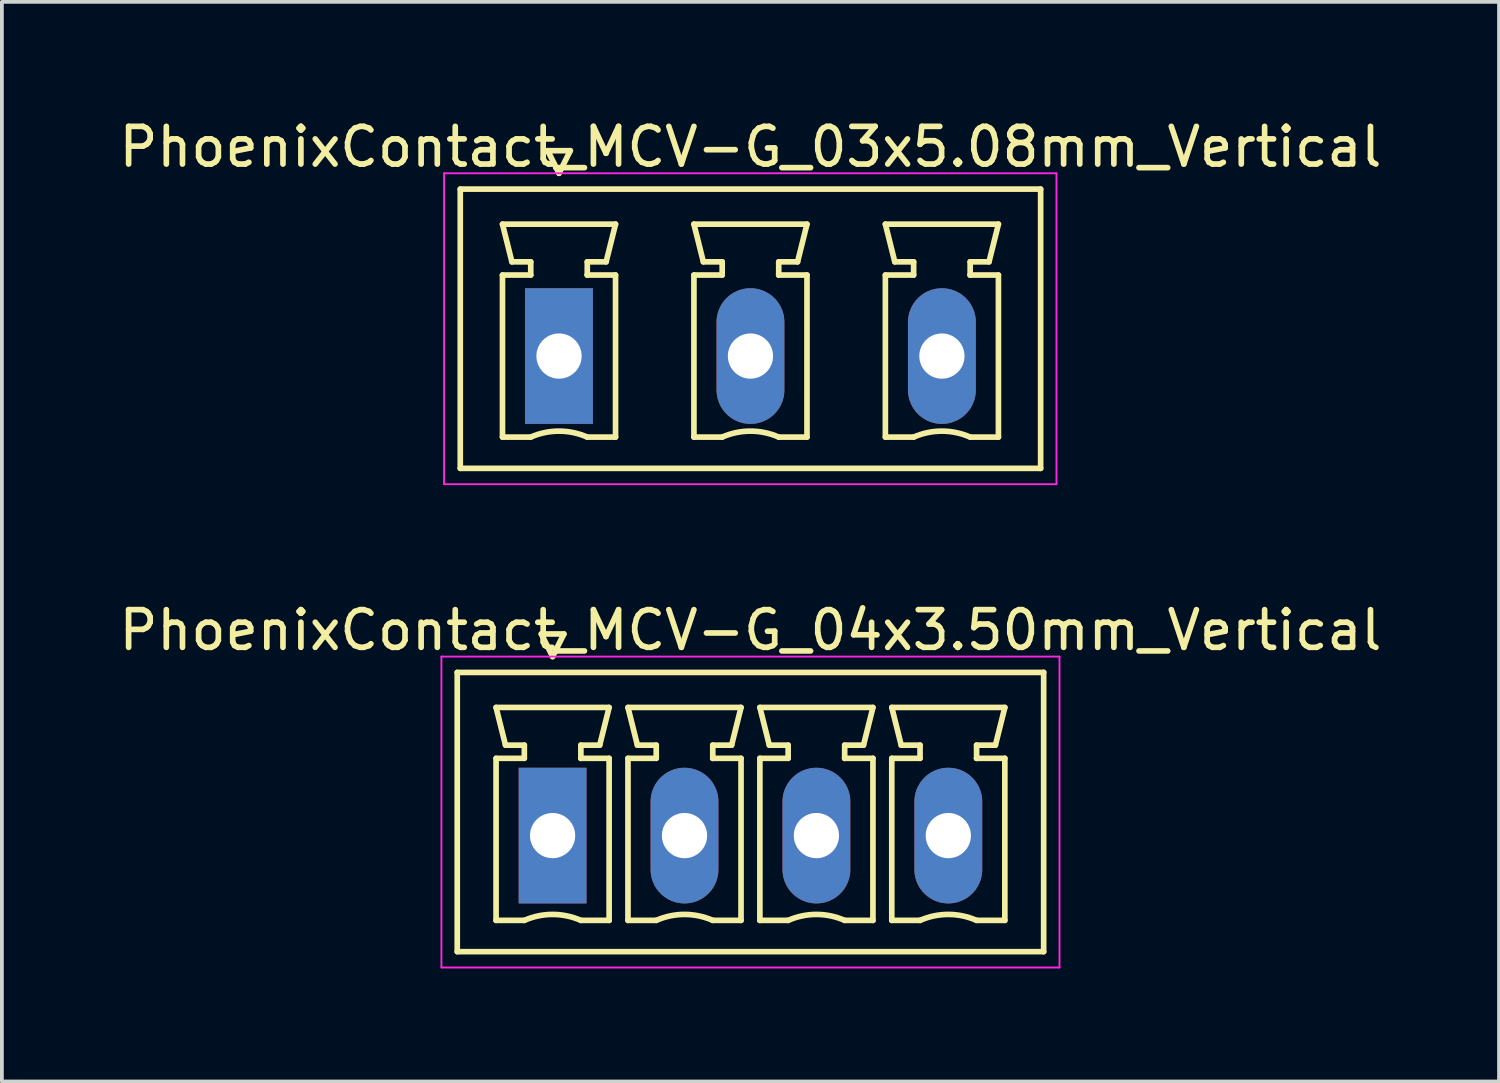
<source format=kicad_pcb>
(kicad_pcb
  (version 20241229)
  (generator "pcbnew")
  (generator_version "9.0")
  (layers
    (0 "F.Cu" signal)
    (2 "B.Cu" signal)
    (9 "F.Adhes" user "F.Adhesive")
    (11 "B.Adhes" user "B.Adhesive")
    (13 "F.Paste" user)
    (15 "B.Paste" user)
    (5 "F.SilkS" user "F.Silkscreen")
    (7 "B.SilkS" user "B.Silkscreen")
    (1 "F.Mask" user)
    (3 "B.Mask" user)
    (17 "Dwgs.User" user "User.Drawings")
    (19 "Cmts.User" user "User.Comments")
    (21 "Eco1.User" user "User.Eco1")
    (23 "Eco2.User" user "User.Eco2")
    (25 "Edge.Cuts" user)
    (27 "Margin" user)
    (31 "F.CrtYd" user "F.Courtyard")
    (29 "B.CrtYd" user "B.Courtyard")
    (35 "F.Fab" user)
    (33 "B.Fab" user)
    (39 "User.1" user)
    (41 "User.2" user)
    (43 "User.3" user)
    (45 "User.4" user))
  (footprint "PhoenixContact_MCV-G_04x3.50mm_Vertical"
    (layer "F.Cu")
    (at 11.613 19.122)
    (property "Reference" "PhoenixContact_MCV-G_04x3.50mm_Vertical" (at 5.25 -5.45 0) (layer "F.SilkS") (effects (font (size 1 1) (thickness 0.15))))
    (attr through_hole)
    (fp_line (start -2.53 -4.33) (end -2.53 3.08) (stroke (width 0.15) (type solid)) (layer "F.SilkS"))
    (fp_line (start -2.53 3.08) (end 13.03 3.08) (stroke (width 0.15) (type solid)) (layer "F.SilkS"))
    (fp_line (start -1.5 -3.4) (end 1.5 -3.4) (stroke (width 0.15) (type solid)) (layer "F.SilkS"))
    (fp_line (start -1.5 -2.05) (end -0.75 -2.05) (stroke (width 0.15) (type solid)) (layer "F.SilkS"))
    (fp_line (start -1.5 2.25) (end -1.5 -2.05) (stroke (width 0.15) (type solid)) (layer "F.SilkS"))
    (fp_line (start -1.25 -2.4) (end -1.5 -3.4) (stroke (width 0.15) (type solid)) (layer "F.SilkS"))
    (fp_line (start -0.75 -2.4) (end -1.25 -2.4) (stroke (width 0.15) (type solid)) (layer "F.SilkS"))
    (fp_line (start -0.75 -2.05) (end -0.75 -2.4) (stroke (width 0.15) (type solid)) (layer "F.SilkS"))
    (fp_line (start -0.75 2.25) (end -1.5 2.25) (stroke (width 0.15) (type solid)) (layer "F.SilkS"))
    (fp_line (start -0.3 -5.35) (end 0 -4.75) (stroke (width 0.15) (type solid)) (layer "F.SilkS"))
    (fp_line (start 0 -4.75) (end 0.3 -5.35) (stroke (width 0.15) (type solid)) (layer "F.SilkS"))
    (fp_line (start 0.3 -5.35) (end -0.3 -5.35) (stroke (width 0.15) (type solid)) (layer "F.SilkS"))
    (fp_line (start 0.75 -2.4) (end 0.75 -2.05) (stroke (width 0.15) (type solid)) (layer "F.SilkS"))
    (fp_line (start 0.75 -2.05) (end 0.75 -2.05) (stroke (width 0.15) (type solid)) (layer "F.SilkS"))
    (fp_line (start 0.75 -2.05) (end 1.5 -2.05) (stroke (width 0.15) (type solid)) (layer "F.SilkS"))
    (fp_line (start 1.25 -2.4) (end 0.75 -2.4) (stroke (width 0.15) (type solid)) (layer "F.SilkS"))
    (fp_line (start 1.5 -3.4) (end 1.25 -2.4) (stroke (width 0.15) (type solid)) (layer "F.SilkS"))
    (fp_line (start 1.5 -2.05) (end 1.5 2.25) (stroke (width 0.15) (type solid)) (layer "F.SilkS"))
    (fp_line (start 1.5 2.25) (end 0.75 2.25) (stroke (width 0.15) (type solid)) (layer "F.SilkS"))
    (fp_line (start 2 -3.4) (end 5 -3.4) (stroke (width 0.15) (type solid)) (layer "F.SilkS"))
    (fp_line (start 2 -2.05) (end 2.75 -2.05) (stroke (width 0.15) (type solid)) (layer "F.SilkS"))
    (fp_line (start 2 2.25) (end 2 -2.05) (stroke (width 0.15) (type solid)) (layer "F.SilkS"))
    (fp_line (start 2.25 -2.4) (end 2 -3.4) (stroke (width 0.15) (type solid)) (layer "F.SilkS"))
    (fp_line (start 2.75 -2.4) (end 2.25 -2.4) (stroke (width 0.15) (type solid)) (layer "F.SilkS"))
    (fp_line (start 2.75 -2.05) (end 2.75 -2.4) (stroke (width 0.15) (type solid)) (layer "F.SilkS"))
    (fp_line (start 2.75 2.25) (end 2 2.25) (stroke (width 0.15) (type solid)) (layer "F.SilkS"))
    (fp_line (start 4.25 -2.4) (end 4.25 -2.05) (stroke (width 0.15) (type solid)) (layer "F.SilkS"))
    (fp_line (start 4.25 -2.05) (end 4.25 -2.05) (stroke (width 0.15) (type solid)) (layer "F.SilkS"))
    (fp_line (start 4.25 -2.05) (end 5 -2.05) (stroke (width 0.15) (type solid)) (layer "F.SilkS"))
    (fp_line (start 4.75 -2.4) (end 4.25 -2.4) (stroke (width 0.15) (type solid)) (layer "F.SilkS"))
    (fp_line (start 5 -3.4) (end 4.75 -2.4) (stroke (width 0.15) (type solid)) (layer "F.SilkS"))
    (fp_line (start 5 -2.05) (end 5 2.25) (stroke (width 0.15) (type solid)) (layer "F.SilkS"))
    (fp_line (start 5 2.25) (end 4.25 2.25) (stroke (width 0.15) (type solid)) (layer "F.SilkS"))
    (fp_line (start 5.5 -3.4) (end 8.5 -3.4) (stroke (width 0.15) (type solid)) (layer "F.SilkS"))
    (fp_line (start 5.5 -2.05) (end 6.25 -2.05) (stroke (width 0.15) (type solid)) (layer "F.SilkS"))
    (fp_line (start 5.5 2.25) (end 5.5 -2.05) (stroke (width 0.15) (type solid)) (layer "F.SilkS"))
    (fp_line (start 5.75 -2.4) (end 5.5 -3.4) (stroke (width 0.15) (type solid)) (layer "F.SilkS"))
    (fp_line (start 6.25 -2.4) (end 5.75 -2.4) (stroke (width 0.15) (type solid)) (layer "F.SilkS"))
    (fp_line (start 6.25 -2.05) (end 6.25 -2.4) (stroke (width 0.15) (type solid)) (layer "F.SilkS"))
    (fp_line (start 6.25 2.25) (end 5.5 2.25) (stroke (width 0.15) (type solid)) (layer "F.SilkS"))
    (fp_line (start 7.75 -2.4) (end 7.75 -2.05) (stroke (width 0.15) (type solid)) (layer "F.SilkS"))
    (fp_line (start 7.75 -2.05) (end 7.75 -2.05) (stroke (width 0.15) (type solid)) (layer "F.SilkS"))
    (fp_line (start 7.75 -2.05) (end 8.5 -2.05) (stroke (width 0.15) (type solid)) (layer "F.SilkS"))
    (fp_line (start 8.25 -2.4) (end 7.75 -2.4) (stroke (width 0.15) (type solid)) (layer "F.SilkS"))
    (fp_line (start 8.5 -3.4) (end 8.25 -2.4) (stroke (width 0.15) (type solid)) (layer "F.SilkS"))
    (fp_line (start 8.5 -2.05) (end 8.5 2.25) (stroke (width 0.15) (type solid)) (layer "F.SilkS"))
    (fp_line (start 8.5 2.25) (end 7.75 2.25) (stroke (width 0.15) (type solid)) (layer "F.SilkS"))
    (fp_line (start 9 -3.4) (end 12 -3.4) (stroke (width 0.15) (type solid)) (layer "F.SilkS"))
    (fp_line (start 9 -2.05) (end 9.75 -2.05) (stroke (width 0.15) (type solid)) (layer "F.SilkS"))
    (fp_line (start 9 2.25) (end 9 -2.05) (stroke (width 0.15) (type solid)) (layer "F.SilkS"))
    (fp_line (start 9.25 -2.4) (end 9 -3.4) (stroke (width 0.15) (type solid)) (layer "F.SilkS"))
    (fp_line (start 9.75 -2.4) (end 9.25 -2.4) (stroke (width 0.15) (type solid)) (layer "F.SilkS"))
    (fp_line (start 9.75 -2.05) (end 9.75 -2.4) (stroke (width 0.15) (type solid)) (layer "F.SilkS"))
    (fp_line (start 9.75 2.25) (end 9 2.25) (stroke (width 0.15) (type solid)) (layer "F.SilkS"))
    (fp_line (start 11.25 -2.4) (end 11.25 -2.05) (stroke (width 0.15) (type solid)) (layer "F.SilkS"))
    (fp_line (start 11.25 -2.05) (end 11.25 -2.05) (stroke (width 0.15) (type solid)) (layer "F.SilkS"))
    (fp_line (start 11.25 -2.05) (end 12 -2.05) (stroke (width 0.15) (type solid)) (layer "F.SilkS"))
    (fp_line (start 11.75 -2.4) (end 11.25 -2.4) (stroke (width 0.15) (type solid)) (layer "F.SilkS"))
    (fp_line (start 12 -3.4) (end 11.75 -2.4) (stroke (width 0.15) (type solid)) (layer "F.SilkS"))
    (fp_line (start 12 -2.05) (end 12 2.25) (stroke (width 0.15) (type solid)) (layer "F.SilkS"))
    (fp_line (start 12 2.25) (end 11.25 2.25) (stroke (width 0.15) (type solid)) (layer "F.SilkS"))
    (fp_line (start 13.03 -4.33) (end -2.53 -4.33) (stroke (width 0.15) (type solid)) (layer "F.SilkS"))
    (fp_line (start 13.03 3.08) (end 13.03 -4.33) (stroke (width 0.15) (type solid)) (layer "F.SilkS"))
    (fp_arc (start -0.75 2.25) (mid -0.000193 2.09191) (end 0.749647 2.249844) (stroke (width 0.15) (type solid)) (layer "F.SilkS"))
    (fp_arc (start 2.75 2.25) (mid 3.499807 2.09191) (end 4.249647 2.249844) (stroke (width 0.15) (type solid)) (layer "F.SilkS"))
    (fp_arc (start 6.25 2.25) (mid 6.999807 2.09191) (end 7.749647 2.249844) (stroke (width 0.15) (type solid)) (layer "F.SilkS"))
    (fp_arc (start 9.75 2.25) (mid 10.499807 2.09191) (end 11.249647 2.249844) (stroke (width 0.15) (type solid)) (layer "F.SilkS"))
    (fp_line (start -2.95 -4.75) (end -2.95 3.5) (stroke (width 0.05) (type solid)) (layer "F.CrtYd"))
    (fp_line (start -2.95 3.5) (end 13.45 3.5) (stroke (width 0.05) (type solid)) (layer "F.CrtYd"))
    (fp_line (start 13.45 -4.75) (end -2.95 -4.75) (stroke (width 0.05) (type solid)) (layer "F.CrtYd"))
    (fp_line (start 13.45 3.5) (end 13.45 -4.75) (stroke (width 0.05) (type solid)) (layer "F.CrtYd"))
    (pad "1" thru_hole rect (at 0 0) (size 1.8 3.6) (drill 1.2) (layers "*.Cu" "*.Mask"))
    (pad "2" thru_hole oval (at 3.5 0) (size 1.8 3.6) (drill 1.2) (layers "*.Cu" "*.Mask"))
    (pad "3" thru_hole oval (at 7 0) (size 1.8 3.6) (drill 1.2) (layers "*.Cu" "*.Mask"))
    (pad "4" thru_hole oval (at 10.5 0) (size 1.8 3.6) (drill 1.2) (layers "*.Cu" "*.Mask")))
  (footprint "PhoenixContact_MCV-G_03x5.08mm_Vertical"
    (layer "F.Cu")
    (at 11.783 6.398)
    (property "Reference" "PhoenixContact_MCV-G_03x5.08mm_Vertical" (at 5.08 -5.55 0) (layer "F.SilkS") (effects (font (size 1 1) (thickness 0.15))))
    (attr through_hole)
    (fp_line (start -2.62 -4.43) (end -2.62 2.98) (stroke (width 0.15) (type solid)) (layer "F.SilkS"))
    (fp_line (start -2.62 2.98) (end 12.78 2.98) (stroke (width 0.15) (type solid)) (layer "F.SilkS"))
    (fp_line (start -1.5 -3.5) (end 1.5 -3.5) (stroke (width 0.15) (type solid)) (layer "F.SilkS"))
    (fp_line (start -1.5 -2.15) (end -0.75 -2.15) (stroke (width 0.15) (type solid)) (layer "F.SilkS"))
    (fp_line (start -1.5 2.15) (end -1.5 -2.15) (stroke (width 0.15) (type solid)) (layer "F.SilkS"))
    (fp_line (start -1.25 -2.5) (end -1.5 -3.5) (stroke (width 0.15) (type solid)) (layer "F.SilkS"))
    (fp_line (start -0.75 -2.5) (end -1.25 -2.5) (stroke (width 0.15) (type solid)) (layer "F.SilkS"))
    (fp_line (start -0.75 -2.15) (end -0.75 -2.5) (stroke (width 0.15) (type solid)) (layer "F.SilkS"))
    (fp_line (start -0.75 2.15) (end -1.5 2.15) (stroke (width 0.15) (type solid)) (layer "F.SilkS"))
    (fp_line (start -0.3 -5.45) (end 0 -4.85) (stroke (width 0.15) (type solid)) (layer "F.SilkS"))
    (fp_line (start 0 -4.85) (end 0.3 -5.45) (stroke (width 0.15) (type solid)) (layer "F.SilkS"))
    (fp_line (start 0.3 -5.45) (end -0.3 -5.45) (stroke (width 0.15) (type solid)) (layer "F.SilkS"))
    (fp_line (start 0.75 -2.5) (end 0.75 -2.15) (stroke (width 0.15) (type solid)) (layer "F.SilkS"))
    (fp_line (start 0.75 -2.15) (end 0.75 -2.15) (stroke (width 0.15) (type solid)) (layer "F.SilkS"))
    (fp_line (start 0.75 -2.15) (end 1.5 -2.15) (stroke (width 0.15) (type solid)) (layer "F.SilkS"))
    (fp_line (start 1.25 -2.5) (end 0.75 -2.5) (stroke (width 0.15) (type solid)) (layer "F.SilkS"))
    (fp_line (start 1.5 -3.5) (end 1.25 -2.5) (stroke (width 0.15) (type solid)) (layer "F.SilkS"))
    (fp_line (start 1.5 -2.15) (end 1.5 2.15) (stroke (width 0.15) (type solid)) (layer "F.SilkS"))
    (fp_line (start 1.5 2.15) (end 0.75 2.15) (stroke (width 0.15) (type solid)) (layer "F.SilkS"))
    (fp_line (start 3.58 -3.5) (end 6.58 -3.5) (stroke (width 0.15) (type solid)) (layer "F.SilkS"))
    (fp_line (start 3.58 -2.15) (end 4.33 -2.15) (stroke (width 0.15) (type solid)) (layer "F.SilkS"))
    (fp_line (start 3.58 2.15) (end 3.58 -2.15) (stroke (width 0.15) (type solid)) (layer "F.SilkS"))
    (fp_line (start 3.83 -2.5) (end 3.58 -3.5) (stroke (width 0.15) (type solid)) (layer "F.SilkS"))
    (fp_line (start 4.33 -2.5) (end 3.83 -2.5) (stroke (width 0.15) (type solid)) (layer "F.SilkS"))
    (fp_line (start 4.33 -2.15) (end 4.33 -2.5) (stroke (width 0.15) (type solid)) (layer "F.SilkS"))
    (fp_line (start 4.33 2.15) (end 3.58 2.15) (stroke (width 0.15) (type solid)) (layer "F.SilkS"))
    (fp_line (start 5.83 -2.5) (end 5.83 -2.15) (stroke (width 0.15) (type solid)) (layer "F.SilkS"))
    (fp_line (start 5.83 -2.15) (end 5.83 -2.15) (stroke (width 0.15) (type solid)) (layer "F.SilkS"))
    (fp_line (start 5.83 -2.15) (end 6.58 -2.15) (stroke (width 0.15) (type solid)) (layer "F.SilkS"))
    (fp_line (start 6.33 -2.5) (end 5.83 -2.5) (stroke (width 0.15) (type solid)) (layer "F.SilkS"))
    (fp_line (start 6.58 -3.5) (end 6.33 -2.5) (stroke (width 0.15) (type solid)) (layer "F.SilkS"))
    (fp_line (start 6.58 -2.15) (end 6.58 2.15) (stroke (width 0.15) (type solid)) (layer "F.SilkS"))
    (fp_line (start 6.58 2.15) (end 5.83 2.15) (stroke (width 0.15) (type solid)) (layer "F.SilkS"))
    (fp_line (start 8.66 -3.5) (end 11.66 -3.5) (stroke (width 0.15) (type solid)) (layer "F.SilkS"))
    (fp_line (start 8.66 -2.15) (end 9.41 -2.15) (stroke (width 0.15) (type solid)) (layer "F.SilkS"))
    (fp_line (start 8.66 2.15) (end 8.66 -2.15) (stroke (width 0.15) (type solid)) (layer "F.SilkS"))
    (fp_line (start 8.91 -2.5) (end 8.66 -3.5) (stroke (width 0.15) (type solid)) (layer "F.SilkS"))
    (fp_line (start 9.41 -2.5) (end 8.91 -2.5) (stroke (width 0.15) (type solid)) (layer "F.SilkS"))
    (fp_line (start 9.41 -2.15) (end 9.41 -2.5) (stroke (width 0.15) (type solid)) (layer "F.SilkS"))
    (fp_line (start 9.41 2.15) (end 8.66 2.15) (stroke (width 0.15) (type solid)) (layer "F.SilkS"))
    (fp_line (start 10.91 -2.5) (end 10.91 -2.15) (stroke (width 0.15) (type solid)) (layer "F.SilkS"))
    (fp_line (start 10.91 -2.15) (end 10.91 -2.15) (stroke (width 0.15) (type solid)) (layer "F.SilkS"))
    (fp_line (start 10.91 -2.15) (end 11.66 -2.15) (stroke (width 0.15) (type solid)) (layer "F.SilkS"))
    (fp_line (start 11.41 -2.5) (end 10.91 -2.5) (stroke (width 0.15) (type solid)) (layer "F.SilkS"))
    (fp_line (start 11.66 -3.5) (end 11.41 -2.5) (stroke (width 0.15) (type solid)) (layer "F.SilkS"))
    (fp_line (start 11.66 -2.15) (end 11.66 2.15) (stroke (width 0.15) (type solid)) (layer "F.SilkS"))
    (fp_line (start 11.66 2.15) (end 10.91 2.15) (stroke (width 0.15) (type solid)) (layer "F.SilkS"))
    (fp_line (start 12.78 -4.43) (end -2.62 -4.43) (stroke (width 0.15) (type solid)) (layer "F.SilkS"))
    (fp_line (start 12.78 2.98) (end 12.78 -4.43) (stroke (width 0.15) (type solid)) (layer "F.SilkS"))
    (fp_arc (start -0.75 2.15) (mid -0.000193 1.99191) (end 0.749647 2.149844) (stroke (width 0.15) (type solid)) (layer "F.SilkS"))
    (fp_arc (start 4.33 2.15) (mid 5.079807 1.99191) (end 5.829647 2.149844) (stroke (width 0.15) (type solid)) (layer "F.SilkS"))
    (fp_arc (start 9.41 2.15) (mid 10.159807 1.99191) (end 10.909647 2.149844) (stroke (width 0.15) (type solid)) (layer "F.SilkS"))
    (fp_line (start -3.05 -4.85) (end -3.05 3.4) (stroke (width 0.05) (type solid)) (layer "F.CrtYd"))
    (fp_line (start -3.05 3.4) (end 13.2 3.4) (stroke (width 0.05) (type solid)) (layer "F.CrtYd"))
    (fp_line (start 13.2 -4.85) (end -3.05 -4.85) (stroke (width 0.05) (type solid)) (layer "F.CrtYd"))
    (fp_line (start 13.2 3.4) (end 13.2 -4.85) (stroke (width 0.05) (type solid)) (layer "F.CrtYd"))
    (pad "1" thru_hole rect (at 0 0) (size 1.8 3.6) (drill 1.2) (layers "*.Cu" "*.Mask"))
    (pad "2" thru_hole oval (at 5.08 0) (size 1.8 3.6) (drill 1.2) (layers "*.Cu" "*.Mask"))
    (pad "3" thru_hole oval (at 10.16 0) (size 1.8 3.6) (drill 1.2) (layers "*.Cu" "*.Mask")))
  (gr_rect
    (start -3 -3)
    (end 36.726 25.646)
    (stroke (width 0.1) (type default))
    (fill no)
    (layer "Edge.Cuts")))
</source>
